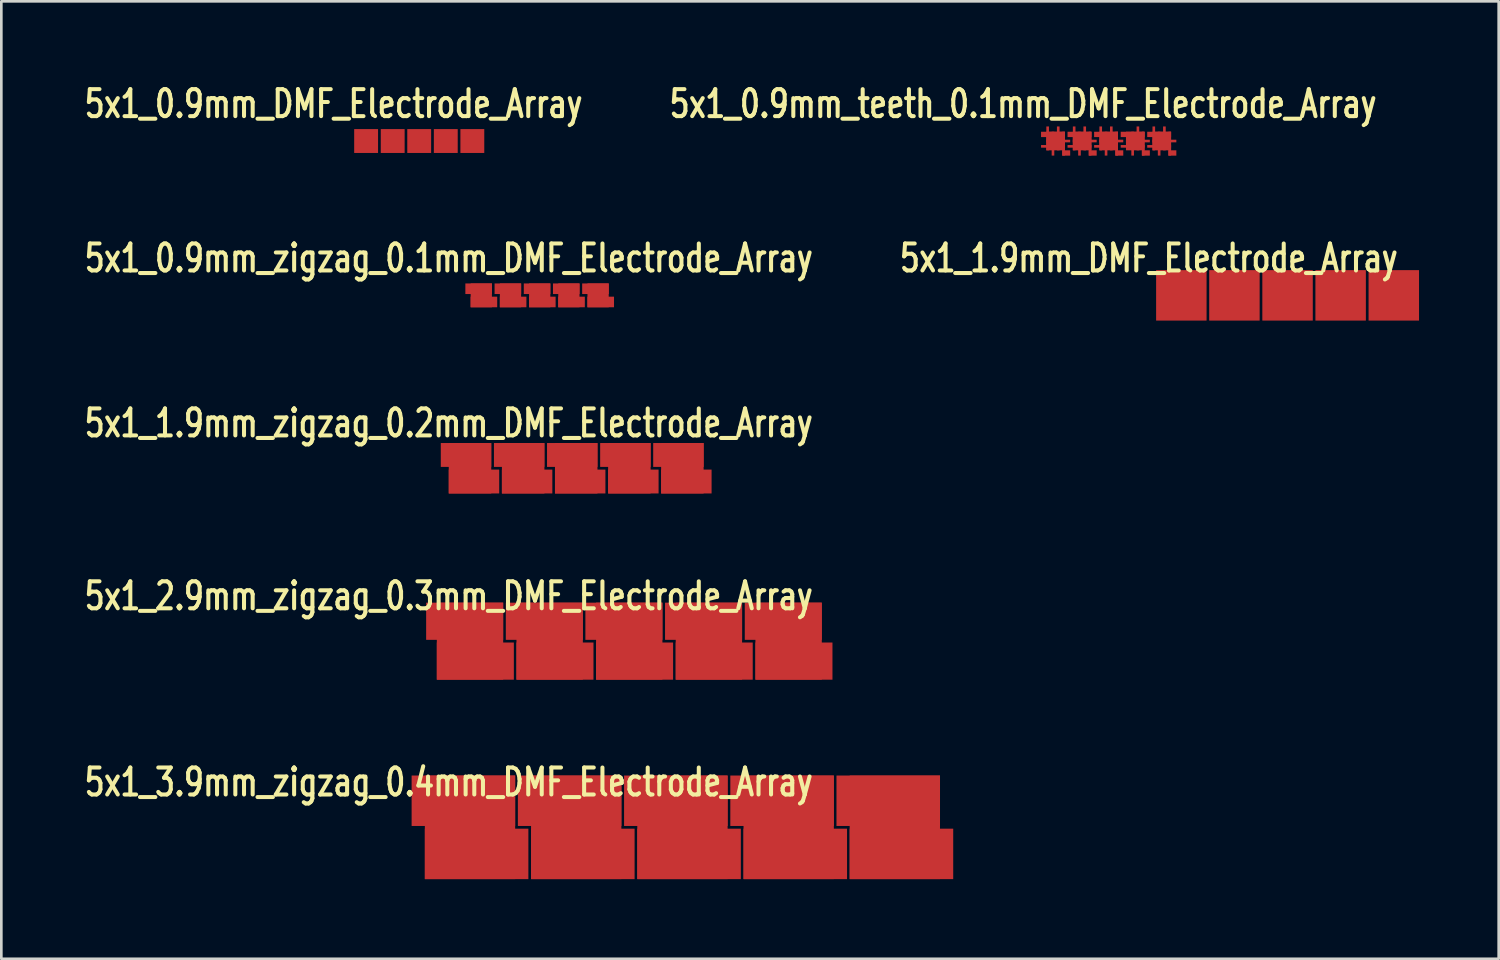
<source format=kicad_pcb>
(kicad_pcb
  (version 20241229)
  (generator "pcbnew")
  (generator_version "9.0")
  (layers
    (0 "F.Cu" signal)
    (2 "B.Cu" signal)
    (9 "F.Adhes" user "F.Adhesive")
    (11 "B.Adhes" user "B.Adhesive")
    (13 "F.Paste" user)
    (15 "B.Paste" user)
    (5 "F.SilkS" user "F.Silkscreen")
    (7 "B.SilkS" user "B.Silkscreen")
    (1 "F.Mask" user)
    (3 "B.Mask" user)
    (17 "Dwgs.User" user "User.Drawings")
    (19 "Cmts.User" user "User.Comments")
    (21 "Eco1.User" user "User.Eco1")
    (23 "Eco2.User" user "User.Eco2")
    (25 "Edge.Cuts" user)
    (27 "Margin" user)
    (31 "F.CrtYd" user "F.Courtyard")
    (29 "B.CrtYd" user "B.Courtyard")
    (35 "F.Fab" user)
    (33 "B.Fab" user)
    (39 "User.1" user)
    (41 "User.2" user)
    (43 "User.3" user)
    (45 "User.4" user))
  (footprint "5x1_2.9mm_zigzag_0.3mm_DMF_Electrode_Array"
    (layer "F.Cu")
    (at 14.65 21.095)
    (property "Reference" "5x1_2.9mm_zigzag_0.3mm_DMF_Electrode_Array" (at -0.8 -1.699 0) (layer "F.SilkS") (effects (font (size 1.016 0.762) (thickness 0.152))))
    (attr smd)
    (pad "" smd rect (at -0.201 -0.749) (size 2.901 1.4) (layers "F.Cu" "F.Mask"))
    (pad "" smd rect (at 0.201 0.752) (size 2.901 1.4) (layers "F.Cu" "F.Mask"))
    (pad "" smd rect (at 2.799 -0.749) (size 2.901 1.4) (layers "F.Cu" "F.Mask"))
    (pad "" smd rect (at 3.2 0.752) (size 2.901 1.4) (layers "F.Cu" "F.Mask"))
    (pad "" smd rect (at 5.796 -0.749) (size 2.901 1.4) (layers "F.Cu" "F.Mask"))
    (pad "" smd rect (at 6.198 0.752) (size 2.901 1.4) (layers "F.Cu" "F.Mask"))
    (pad "" smd rect (at 8.796 -0.749) (size 2.901 1.4) (layers "F.Cu" "F.Mask"))
    (pad "" smd rect (at 9.197 0.752) (size 2.901 1.4) (layers "F.Cu" "F.Mask"))
    (pad "" smd rect (at 11.798 -0.749) (size 2.901 1.4) (layers "F.Cu" "F.Mask"))
    (pad "" smd rect (at 12.2 0.752) (size 2.901 1.4) (layers "F.Cu" "F.Mask"))
    (pad "1" smd rect (at 0 0) (size 2.499 2.901) (layers "F.Cu" "F.Mask"))
    (pad "2" smd rect (at 3 0) (size 2.499 2.901) (layers "F.Cu" "F.Mask"))
    (pad "3" smd rect (at 5.997 0) (size 2.499 2.901) (layers "F.Cu" "F.Mask"))
    (pad "4" smd rect (at 8.997 0) (size 2.499 2.901) (layers "F.Cu" "F.Mask"))
    (pad "5" smd rect (at 11.999 0) (size 2.499 2.901) (layers "F.Cu" "F.Mask")))
  (footprint "5x1_3.9mm_zigzag_0.4mm_DMF_Electrode_Array"
    (layer "F.Cu")
    (at 14.65 28.107)
    (property "Reference" "5x1_3.9mm_zigzag_0.4mm_DMF_Electrode_Array" (at -0.8 -1.699 0) (layer "F.SilkS") (effects (font (size 1.016 0.762) (thickness 0.152))))
    (attr smd)
    (pad "" smd rect (at -0.249 -1.001) (size 3.899 1.9) (layers "F.Cu" "F.Mask"))
    (pad "" smd rect (at 0.249 1.001) (size 3.899 1.9) (layers "F.Cu" "F.Mask"))
    (pad "" smd rect (at 3.752 -1.001) (size 3.899 1.9) (layers "F.Cu" "F.Mask"))
    (pad "" smd rect (at 4.249 1.001) (size 3.899 1.9) (layers "F.Cu" "F.Mask"))
    (pad "" smd rect (at 7.752 -1.001) (size 3.899 1.9) (layers "F.Cu" "F.Mask"))
    (pad "" smd rect (at 8.25 1.001) (size 3.899 1.9) (layers "F.Cu" "F.Mask"))
    (pad "" smd rect (at 11.753 -1.001) (size 3.899 1.9) (layers "F.Cu" "F.Mask"))
    (pad "" smd rect (at 12.25 1.001) (size 3.899 1.9) (layers "F.Cu" "F.Mask"))
    (pad "" smd rect (at 15.751 -1.001) (size 3.899 1.9) (layers "F.Cu" "F.Mask"))
    (pad "" smd rect (at 16.248 1.001) (size 3.899 1.9) (layers "F.Cu" "F.Mask"))
    (pad "1" smd rect (at 0 0) (size 3.401 3.899) (layers "F.Cu" "F.Mask"))
    (pad "2" smd rect (at 4 0) (size 3.401 3.899) (layers "F.Cu" "F.Mask"))
    (pad "3" smd rect (at 8.001 0) (size 3.401 3.899) (layers "F.Cu" "F.Mask"))
    (pad "4" smd rect (at 12.002 0) (size 3.401 3.899) (layers "F.Cu" "F.Mask"))
    (pad "5" smd rect (at 15.999 0) (size 3.401 3.899) (layers "F.Cu" "F.Mask")))
  (footprint "5x1_0.9mm_DMF_Electrode_Array"
    (layer "F.Cu")
    (at 10.738 2.261)
    (property "Reference" "5x1_0.9mm_DMF_Electrode_Array" (at -1.224 -1.4 0) (layer "F.SilkS") (effects (font (size 1.016 0.762) (thickness 0.152))))
    (attr smd)
    (pad "1" smd rect (at 0 0) (size 0.899 0.899) (layers "F.Cu" "F.Mask"))
    (pad "2" smd rect (at 1.001 0) (size 0.899 0.899) (layers "F.Cu" "F.Mask"))
    (pad "3" smd rect (at 1.999 0) (size 0.899 0.899) (layers "F.Cu" "F.Mask"))
    (pad "4" smd rect (at 3 0) (size 0.899 0.899) (layers "F.Cu" "F.Mask"))
    (pad "5" smd rect (at 4 0) (size 0.899 0.899) (layers "F.Cu" "F.Mask")))
  (footprint "5x1_1.9mm_zigzag_0.2mm_DMF_Electrode_Array"
    (layer "F.Cu")
    (at 14.65 14.584)
    (property "Reference" "5x1_1.9mm_zigzag_0.2mm_DMF_Electrode_Array" (at -0.8 -1.699 0) (layer "F.SilkS") (effects (font (size 1.016 0.762) (thickness 0.152))))
    (attr smd)
    (pad "" smd rect (at -0.15 -0.5) (size 1.9 0.899) (layers "F.Cu" "F.Mask"))
    (pad "" smd rect (at 0.15 0.5) (size 1.9 0.899) (layers "F.Cu" "F.Mask"))
    (pad "" smd rect (at 1.852 -0.5) (size 1.9 0.899) (layers "F.Cu" "F.Mask"))
    (pad "" smd rect (at 2.151 0.5) (size 1.9 0.899) (layers "F.Cu" "F.Mask"))
    (pad "" smd rect (at 3.851 -0.5) (size 1.9 0.899) (layers "F.Cu" "F.Mask"))
    (pad "" smd rect (at 4.15 0.5) (size 1.9 0.899) (layers "F.Cu" "F.Mask"))
    (pad "" smd rect (at 5.852 -0.5) (size 1.9 0.899) (layers "F.Cu" "F.Mask"))
    (pad "" smd rect (at 6.152 0.5) (size 1.9 0.899) (layers "F.Cu" "F.Mask"))
    (pad "" smd rect (at 7.849 -0.5) (size 1.9 0.899) (layers "F.Cu" "F.Mask"))
    (pad "" smd rect (at 8.148 0.5) (size 1.9 0.899) (layers "F.Cu" "F.Mask"))
    (pad "1" smd rect (at 0 0) (size 1.6 1.9) (layers "F.Cu" "F.Mask"))
    (pad "2" smd rect (at 2.002 0) (size 1.6 1.9) (layers "F.Cu" "F.Mask"))
    (pad "3" smd rect (at 4 0) (size 1.6 1.9) (layers "F.Cu" "F.Mask"))
    (pad "4" smd rect (at 6.002 0) (size 1.6 1.9) (layers "F.Cu" "F.Mask"))
    (pad "5" smd rect (at 7.998 0) (size 1.6 1.9) (layers "F.Cu" "F.Mask")))
  (footprint "5x1_1.9mm_DMF_Electrode_Array"
    (layer "F.Cu")
    (at 41.439 8.073)
    (property "Reference" "5x1_1.9mm_DMF_Electrode_Array" (at -1.224 -1.4 0) (layer "F.SilkS") (effects (font (size 1.016 0.762) (thickness 0.152))))
    (attr smd)
    (pad "1" smd rect (at 0 0) (size 1.9 1.9) (layers "F.Cu" "F.Mask" "F.Paste"))
    (pad "2" smd rect (at 1.999 0) (size 1.9 1.9) (layers "F.Cu" "F.Mask" "F.Paste"))
    (pad "3" smd rect (at 4 0) (size 1.9 1.9) (layers "F.Cu" "F.Mask" "F.Paste"))
    (pad "4" smd rect (at 5.999 0) (size 1.9 1.9) (layers "F.Cu" "F.Mask" "F.Paste"))
    (pad "5" smd rect (at 8.001 0) (size 1.9 1.9) (layers "F.Cu" "F.Mask" "F.Paste")))
  (footprint "5x1_0.9mm_teeth_0.1mm_DMF_Electrode_Array"
    (layer "F.Cu")
    (at 36.704 2.261)
    (property "Reference" "5x1_0.9mm_teeth_0.1mm_DMF_Electrode_Array" (at -1.224 -1.4 0) (layer "F.SilkS") (effects (font (size 1.016 0.762) (thickness 0.152))))
    (attr smd)
    (pad "" smd rect (at -0.3 -0.099) (size 0.099 0.899) (layers "F.Cu" "F.Mask"))
    (pad "" smd rect (at -0.099 -0.249) (size 0.899 0.201) (layers "F.Cu" "F.Mask"))
    (pad "" smd rect (at -0.099 0.099) (size 0.099 0.899) (layers "F.Cu" "F.Mask"))
    (pad "" smd rect (at -0.099 0.201) (size 0.899 0.099) (layers "F.Cu" "F.Mask"))
    (pad "" smd rect (at 0.099 -0.099) (size 0.099 0.899) (layers "F.Cu" "F.Mask"))
    (pad "" smd rect (at 0.099 0) (size 0.899 0.099) (layers "F.Cu" "F.Mask"))
    (pad "" smd rect (at 0.3 0.099) (size 0.099 0.899) (layers "F.Cu" "F.Mask"))
    (pad "" smd rect (at 0.399 0.45) (size 0.3 0.201) (layers "F.Cu" "F.Mask"))
    (pad "" smd rect (at 0.699 -0.099) (size 0.099 0.899) (layers "F.Cu" "F.Mask"))
    (pad "" smd rect (at 0.899 -0.249) (size 0.899 0.201) (layers "F.Cu" "F.Mask"))
    (pad "" smd rect (at 0.899 0.099) (size 0.099 0.899) (layers "F.Cu" "F.Mask"))
    (pad "" smd rect (at 0.899 0.201) (size 0.899 0.099) (layers "F.Cu" "F.Mask"))
    (pad "" smd rect (at 1.097 -0.099) (size 0.099 0.899) (layers "F.Cu" "F.Mask"))
    (pad "" smd rect (at 1.097 0) (size 0.899 0.099) (layers "F.Cu" "F.Mask"))
    (pad "" smd rect (at 1.298 0.099) (size 0.099 0.899) (layers "F.Cu" "F.Mask"))
    (pad "" smd rect (at 1.397 0.45) (size 0.3 0.201) (layers "F.Cu" "F.Mask"))
    (pad "" smd rect (at 1.699 -0.099) (size 0.099 0.899) (layers "F.Cu" "F.Mask"))
    (pad "" smd rect (at 1.9 -0.249) (size 0.899 0.201) (layers "F.Cu" "F.Mask"))
    (pad "" smd rect (at 1.9 0.099) (size 0.099 0.899) (layers "F.Cu" "F.Mask"))
    (pad "" smd rect (at 1.9 0.201) (size 0.899 0.099) (layers "F.Cu" "F.Mask"))
    (pad "" smd rect (at 2.098 -0.099) (size 0.099 0.899) (layers "F.Cu" "F.Mask"))
    (pad "" smd rect (at 2.098 0) (size 0.899 0.099) (layers "F.Cu" "F.Mask"))
    (pad "" smd rect (at 2.299 0.099) (size 0.099 0.899) (layers "F.Cu" "F.Mask"))
    (pad "" smd rect (at 2.398 0.45) (size 0.3 0.201) (layers "F.Cu" "F.Mask"))
    (pad "" smd rect (at 2.901 -0.249) (size 0.899 0.201) (layers "F.Cu" "F.Mask"))
    (pad "" smd rect (at 2.901 0.099) (size 0.099 0.899) (layers "F.Cu" "F.Mask"))
    (pad "" smd rect (at 2.901 0.201) (size 0.899 0.099) (layers "F.Cu" "F.Mask"))
    (pad "" smd rect (at 3.099 -0.099) (size 0.099 0.899) (layers "F.Cu" "F.Mask"))
    (pad "" smd rect (at 3.099 0) (size 0.899 0.099) (layers "F.Cu" "F.Mask"))
    (pad "" smd rect (at 3.299 0.099) (size 0.099 0.899) (layers "F.Cu" "F.Mask"))
    (pad "" smd rect (at 3.399 0.45) (size 0.3 0.201) (layers "F.Cu" "F.Mask"))
    (pad "" smd rect (at 3.698 -0.099) (size 0.099 0.899) (layers "F.Cu" "F.Mask"))
    (pad "" smd rect (at 3.899 -0.249) (size 0.899 0.201) (layers "F.Cu" "F.Mask"))
    (pad "" smd rect (at 3.899 0.099) (size 0.099 0.899) (layers "F.Cu" "F.Mask"))
    (pad "" smd rect (at 3.899 0.201) (size 0.899 0.099) (layers "F.Cu" "F.Mask"))
    (pad "" smd rect (at 4.097 -0.099) (size 0.099 0.899) (layers "F.Cu" "F.Mask"))
    (pad "" smd rect (at 4.097 0) (size 0.899 0.099) (layers "F.Cu" "F.Mask"))
    (pad "" smd rect (at 4.298 0.099) (size 0.099 0.899) (layers "F.Cu" "F.Mask"))
    (pad "" smd rect (at 4.397 0.45) (size 0.3 0.201) (layers "F.Cu" "F.Mask"))
    (pad "1" smd rect (at 0 0) (size 0.701 0.701) (layers "F.Cu" "F.Mask"))
    (pad "2" smd rect (at 0.998 0) (size 0.701 0.701) (layers "F.Cu" "F.Mask"))
    (pad "3" smd rect (at 1.999 0) (size 0.701 0.701) (layers "F.Cu" "F.Mask"))
    (pad "4" smd rect (at 3 0) (size 0.701 0.701) (layers "F.Cu" "F.Mask"))
    (pad "5" smd rect (at 3.998 0) (size 0.701 0.701) (layers "F.Cu" "F.Mask")))
  (footprint "5x1_0.9mm_zigzag_0.1mm_DMF_Electrode_Array"
    (layer "F.Cu")
    (at 15.075 8.073)
    (property "Reference" "5x1_0.9mm_zigzag_0.1mm_DMF_Electrode_Array" (at -1.224 -1.4 0) (layer "F.SilkS") (effects (font (size 1.016 0.762) (thickness 0.152))))
    (attr smd)
    (pad "" smd rect (at -0.099 -0.249) (size 1.001 0.399) (layers "F.Cu" "F.Mask"))
    (pad "" smd rect (at 0.099 0.249) (size 1.001 0.399) (layers "F.Cu" "F.Mask"))
    (pad "" smd rect (at 1.001 -0.249) (size 1.001 0.399) (layers "F.Cu" "F.Mask"))
    (pad "" smd rect (at 1.199 0.249) (size 1.001 0.399) (layers "F.Cu" "F.Mask"))
    (pad "" smd rect (at 2.101 -0.249) (size 1.001 0.399) (layers "F.Cu" "F.Mask"))
    (pad "" smd rect (at 2.299 0.249) (size 1.001 0.399) (layers "F.Cu" "F.Mask"))
    (pad "" smd rect (at 3.2 -0.249) (size 1.001 0.399) (layers "F.Cu" "F.Mask"))
    (pad "" smd rect (at 3.399 0.249) (size 1.001 0.399) (layers "F.Cu" "F.Mask"))
    (pad "" smd rect (at 4.3 -0.249) (size 1.001 0.399) (layers "F.Cu" "F.Mask"))
    (pad "" smd rect (at 4.498 0.249) (size 1.001 0.399) (layers "F.Cu" "F.Mask"))
    (pad "1" smd rect (at 0 0) (size 0.8 0.899) (layers "F.Cu" "F.Mask"))
    (pad "2" smd rect (at 1.1 0) (size 0.8 0.899) (layers "F.Cu" "F.Mask"))
    (pad "3" smd rect (at 2.2 0) (size 0.8 0.899) (layers "F.Cu" "F.Mask"))
    (pad "4" smd rect (at 3.299 0) (size 0.8 0.899) (layers "F.Cu" "F.Mask"))
    (pad "5" smd rect (at 4.399 0) (size 0.8 0.899) (layers "F.Cu" "F.Mask")))
  (gr_rect
    (start -3 -3)
    (end 53.39 33.058)
    (stroke (width 0.1) (type default))
    (fill no)
    (layer "Edge.Cuts")))
</source>
